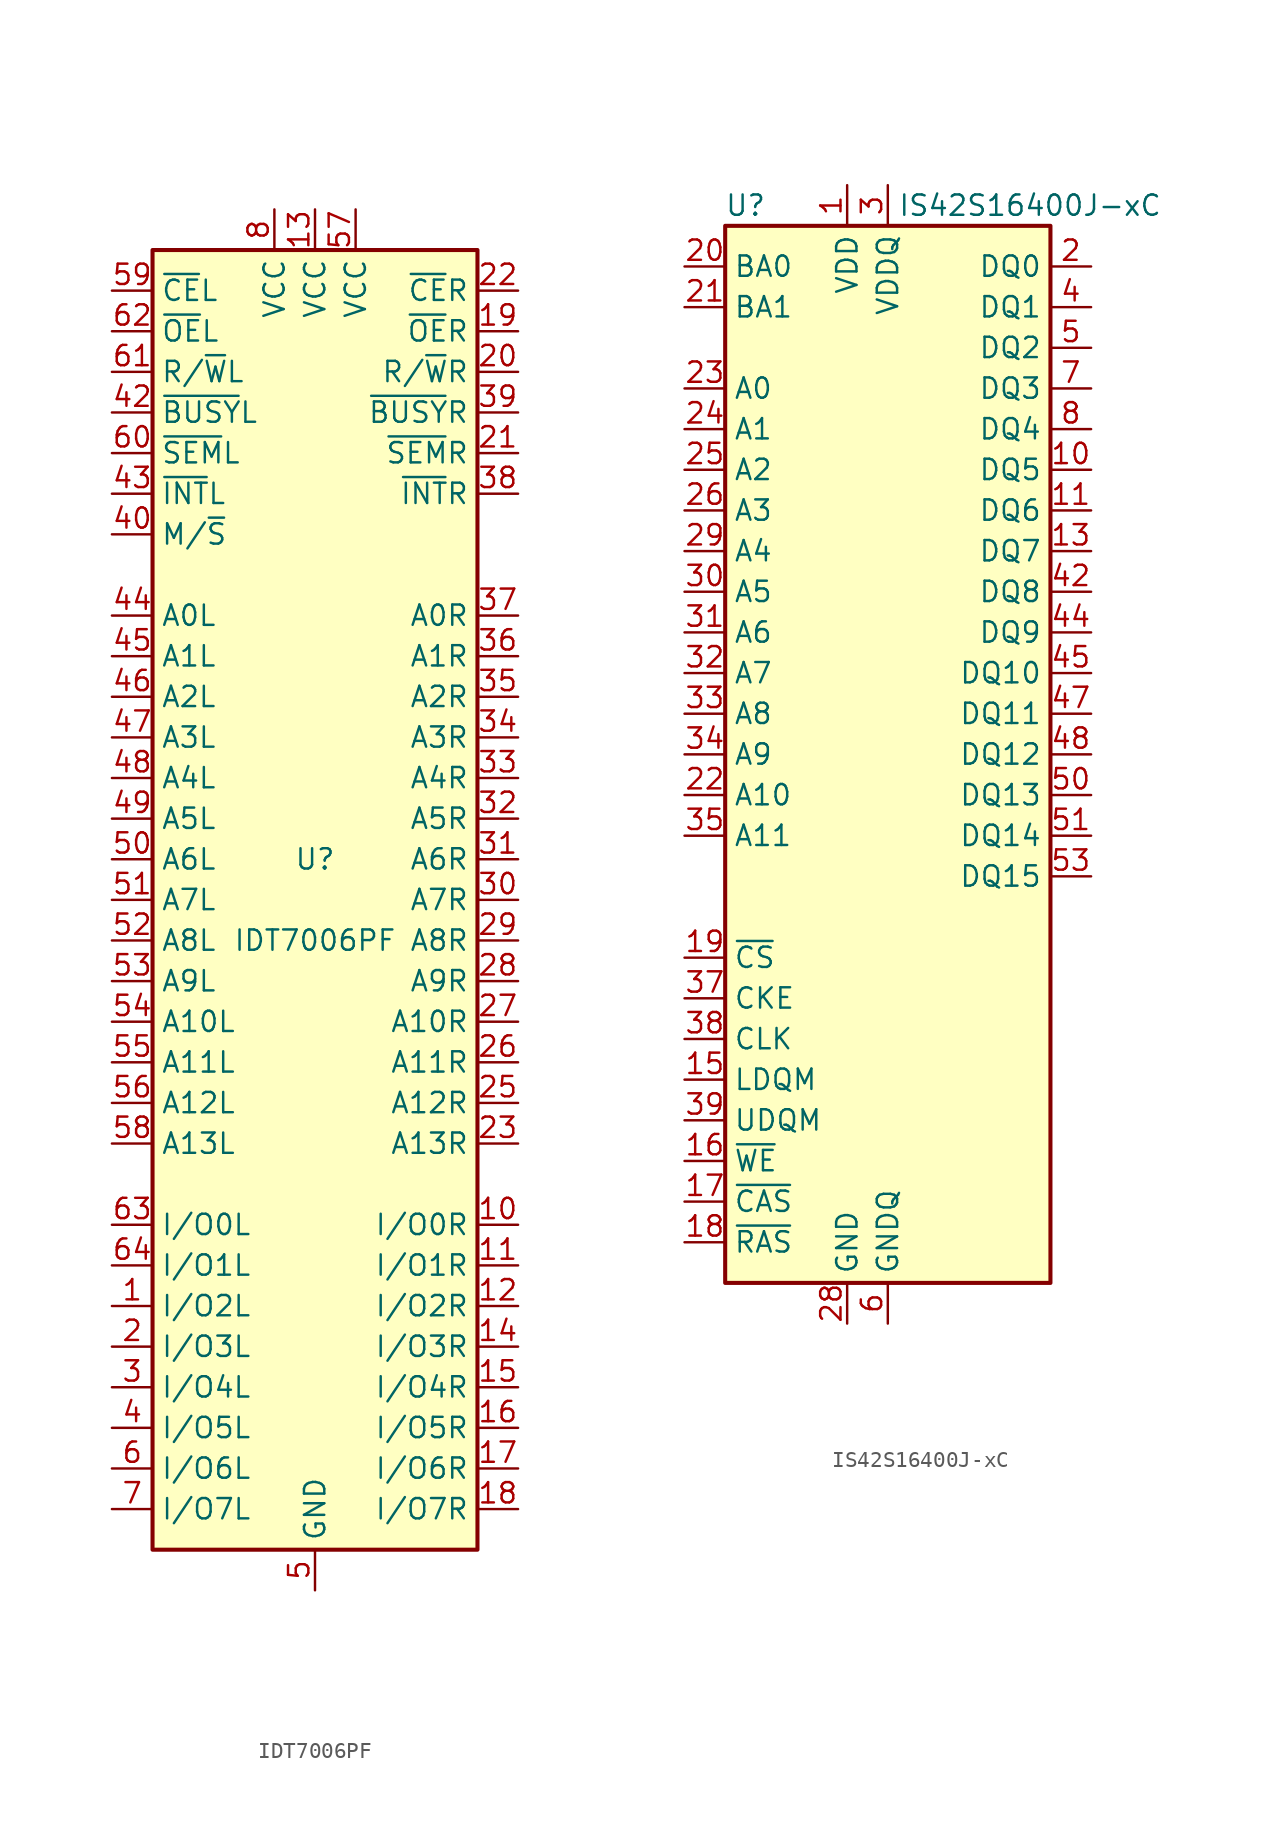
<source format=kicad_sym>
(kicad_symbol_lib
  (version 20231120)
  (generator "kicad_symbol_editor")
  (generator_version "8.0")
  (symbol "IDT7006PF"
    (property "Reference" "U"
      (at 0 2.54 0)
      (effects (font (size 1.27 1.27))))
    (property "Value" "IDT7006PF"
      (at 0 -2.54 0)
      (effects (font (size 1.27 1.27))))
    (symbol "IDT7006PF_0_1"
      (rectangle (start -10.16 -40.64) (end 10.16 40.64) (stroke (width 0.254) (type default)) (fill (type background))))
    (symbol "IDT7006PF_1_1"
      (pin bidirectional line (at -12.7 -25.4 0) (length 2.54) (name "I/O2L" (effects (font (size 1.27 1.27)))) (number "1" (effects (font (size 1.27 1.27)))))
      (pin bidirectional line (at 12.7 -20.32 180) (length 2.54) (name "I/O0R" (effects (font (size 1.27 1.27)))) (number "10" (effects (font (size 1.27 1.27)))))
      (pin bidirectional line (at 12.7 -22.86 180) (length 2.54) (name "I/O1R" (effects (font (size 1.27 1.27)))) (number "11" (effects (font (size 1.27 1.27)))))
      (pin bidirectional line (at 12.7 -25.4 180) (length 2.54) (name "I/O2R" (effects (font (size 1.27 1.27)))) (number "12" (effects (font (size 1.27 1.27)))))
      (pin power_in line (at 0 43.18 270) (length 2.54) (name "VCC" (effects (font (size 1.27 1.27)))) (number "13" (effects (font (size 1.27 1.27)))))
      (pin bidirectional line (at 12.7 -27.94 180) (length 2.54) (name "I/O3R" (effects (font (size 1.27 1.27)))) (number "14" (effects (font (size 1.27 1.27)))))
      (pin bidirectional line (at 12.7 -30.48 180) (length 2.54) (name "I/O4R" (effects (font (size 1.27 1.27)))) (number "15" (effects (font (size 1.27 1.27)))))
      (pin bidirectional line (at 12.7 -33.02 180) (length 2.54) (name "I/O5R" (effects (font (size 1.27 1.27)))) (number "16" (effects (font (size 1.27 1.27)))))
      (pin bidirectional line (at 12.7 -35.56 180) (length 2.54) (name "I/O6R" (effects (font (size 1.27 1.27)))) (number "17" (effects (font (size 1.27 1.27)))))
      (pin bidirectional line (at 12.7 -38.1 180) (length 2.54) (name "I/O7R" (effects (font (size 1.27 1.27)))) (number "18" (effects (font (size 1.27 1.27)))))
      (pin input line (at 12.7 35.56 180) (length 2.54) (name "~{OE}R" (effects (font (size 1.27 1.27)))) (number "19" (effects (font (size 1.27 1.27)))))
      (pin bidirectional line (at -12.7 -27.94 0) (length 2.54) (name "I/O3L" (effects (font (size 1.27 1.27)))) (number "2" (effects (font (size 1.27 1.27)))))
      (pin input line (at 12.7 33.02 180) (length 2.54) (name "R/~{W}R" (effects (font (size 1.27 1.27)))) (number "20" (effects (font (size 1.27 1.27)))))
      (pin input line (at 12.7 27.94 180) (length 2.54) (name "~{SEM}R" (effects (font (size 1.27 1.27)))) (number "21" (effects (font (size 1.27 1.27)))))
      (pin input line (at 12.7 38.1 180) (length 2.54) (name "~{CE}R" (effects (font (size 1.27 1.27)))) (number "22" (effects (font (size 1.27 1.27)))))
      (pin input line (at 12.7 -15.24 180) (length 2.54) (name "A13R" (effects (font (size 1.27 1.27)))) (number "23" (effects (font (size 1.27 1.27)))))
      (pin passive line (at 0 -43.18 90) (length 2.54) hide (name "GND" (effects (font (size 1.27 1.27)))) (number "24" (effects (font (size 1.27 1.27)))))
      (pin input line (at 12.7 -12.7 180) (length 2.54) (name "A12R" (effects (font (size 1.27 1.27)))) (number "25" (effects (font (size 1.27 1.27)))))
      (pin input line (at 12.7 -10.16 180) (length 2.54) (name "A11R" (effects (font (size 1.27 1.27)))) (number "26" (effects (font (size 1.27 1.27)))))
      (pin input line (at 12.7 -7.62 180) (length 2.54) (name "A10R" (effects (font (size 1.27 1.27)))) (number "27" (effects (font (size 1.27 1.27)))))
      (pin input line (at 12.7 -5.08 180) (length 2.54) (name "A9R" (effects (font (size 1.27 1.27)))) (number "28" (effects (font (size 1.27 1.27)))))
      (pin input line (at 12.7 -2.54 180) (length 2.54) (name "A8R" (effects (font (size 1.27 1.27)))) (number "29" (effects (font (size 1.27 1.27)))))
      (pin bidirectional line (at -12.7 -30.48 0) (length 2.54) (name "I/O4L" (effects (font (size 1.27 1.27)))) (number "3" (effects (font (size 1.27 1.27)))))
      (pin input line (at 12.7 0 180) (length 2.54) (name "A7R" (effects (font (size 1.27 1.27)))) (number "30" (effects (font (size 1.27 1.27)))))
      (pin input line (at 12.7 2.54 180) (length 2.54) (name "A6R" (effects (font (size 1.27 1.27)))) (number "31" (effects (font (size 1.27 1.27)))))
      (pin input line (at 12.7 5.08 180) (length 2.54) (name "A5R" (effects (font (size 1.27 1.27)))) (number "32" (effects (font (size 1.27 1.27)))))
      (pin input line (at 12.7 7.62 180) (length 2.54) (name "A4R" (effects (font (size 1.27 1.27)))) (number "33" (effects (font (size 1.27 1.27)))))
      (pin input line (at 12.7 10.16 180) (length 2.54) (name "A3R" (effects (font (size 1.27 1.27)))) (number "34" (effects (font (size 1.27 1.27)))))
      (pin input line (at 12.7 12.7 180) (length 2.54) (name "A2R" (effects (font (size 1.27 1.27)))) (number "35" (effects (font (size 1.27 1.27)))))
      (pin input line (at 12.7 15.24 180) (length 2.54) (name "A1R" (effects (font (size 1.27 1.27)))) (number "36" (effects (font (size 1.27 1.27)))))
      (pin input line (at 12.7 17.78 180) (length 2.54) (name "A0R" (effects (font (size 1.27 1.27)))) (number "37" (effects (font (size 1.27 1.27)))))
      (pin output line (at 12.7 25.4 180) (length 2.54) (name "~{INT}R" (effects (font (size 1.27 1.27)))) (number "38" (effects (font (size 1.27 1.27)))))
      (pin output line (at 12.7 30.48 180) (length 2.54) (name "~{BUSY}R" (effects (font (size 1.27 1.27)))) (number "39" (effects (font (size 1.27 1.27)))))
      (pin bidirectional line (at -12.7 -33.02 0) (length 2.54) (name "I/O5L" (effects (font (size 1.27 1.27)))) (number "4" (effects (font (size 1.27 1.27)))))
      (pin input line (at -12.7 22.86 0) (length 2.54) (name "M/~{S}" (effects (font (size 1.27 1.27)))) (number "40" (effects (font (size 1.27 1.27)))))
      (pin passive line (at 0 -43.18 90) (length 2.54) hide (name "GND" (effects (font (size 1.27 1.27)))) (number "41" (effects (font (size 1.27 1.27)))))
      (pin output line (at -12.7 30.48 0) (length 2.54) (name "~{BUSY}L" (effects (font (size 1.27 1.27)))) (number "42" (effects (font (size 1.27 1.27)))))
      (pin output line (at -12.7 25.4 0) (length 2.54) (name "~{INT}L" (effects (font (size 1.27 1.27)))) (number "43" (effects (font (size 1.27 1.27)))))
      (pin input line (at -12.7 17.78 0) (length 2.54) (name "A0L" (effects (font (size 1.27 1.27)))) (number "44" (effects (font (size 1.27 1.27)))))
      (pin input line (at -12.7 15.24 0) (length 2.54) (name "A1L" (effects (font (size 1.27 1.27)))) (number "45" (effects (font (size 1.27 1.27)))))
      (pin input line (at -12.7 12.7 0) (length 2.54) (name "A2L" (effects (font (size 1.27 1.27)))) (number "46" (effects (font (size 1.27 1.27)))))
      (pin input line (at -12.7 10.16 0) (length 2.54) (name "A3L" (effects (font (size 1.27 1.27)))) (number "47" (effects (font (size 1.27 1.27)))))
      (pin input line (at -12.7 7.62 0) (length 2.54) (name "A4L" (effects (font (size 1.27 1.27)))) (number "48" (effects (font (size 1.27 1.27)))))
      (pin input line (at -12.7 5.08 0) (length 2.54) (name "A5L" (effects (font (size 1.27 1.27)))) (number "49" (effects (font (size 1.27 1.27)))))
      (pin power_in line (at 0 -43.18 90) (length 2.54) (name "GND" (effects (font (size 1.27 1.27)))) (number "5" (effects (font (size 1.27 1.27)))))
      (pin input line (at -12.7 2.54 0) (length 2.54) (name "A6L" (effects (font (size 1.27 1.27)))) (number "50" (effects (font (size 1.27 1.27)))))
      (pin input line (at -12.7 0 0) (length 2.54) (name "A7L" (effects (font (size 1.27 1.27)))) (number "51" (effects (font (size 1.27 1.27)))))
      (pin input line (at -12.7 -2.54 0) (length 2.54) (name "A8L" (effects (font (size 1.27 1.27)))) (number "52" (effects (font (size 1.27 1.27)))))
      (pin input line (at -12.7 -5.08 0) (length 2.54) (name "A9L" (effects (font (size 1.27 1.27)))) (number "53" (effects (font (size 1.27 1.27)))))
      (pin input line (at -12.7 -7.62 0) (length 2.54) (name "A10L" (effects (font (size 1.27 1.27)))) (number "54" (effects (font (size 1.27 1.27)))))
      (pin input line (at -12.7 -10.16 0) (length 2.54) (name "A11L" (effects (font (size 1.27 1.27)))) (number "55" (effects (font (size 1.27 1.27)))))
      (pin input line (at -12.7 -12.7 0) (length 2.54) (name "A12L" (effects (font (size 1.27 1.27)))) (number "56" (effects (font (size 1.27 1.27)))))
      (pin power_in line (at 2.54 43.18 270) (length 2.54) (name "VCC" (effects (font (size 1.27 1.27)))) (number "57" (effects (font (size 1.27 1.27)))))
      (pin input line (at -12.7 -15.24 0) (length 2.54) (name "A13L" (effects (font (size 1.27 1.27)))) (number "58" (effects (font (size 1.27 1.27)))))
      (pin input line (at -12.7 38.1 0) (length 2.54) (name "~{CE}L" (effects (font (size 1.27 1.27)))) (number "59" (effects (font (size 1.27 1.27)))))
      (pin bidirectional line (at -12.7 -35.56 0) (length 2.54) (name "I/O6L" (effects (font (size 1.27 1.27)))) (number "6" (effects (font (size 1.27 1.27)))))
      (pin input line (at -12.7 27.94 0) (length 2.54) (name "~{SEM}L" (effects (font (size 1.27 1.27)))) (number "60" (effects (font (size 1.27 1.27)))))
      (pin input line (at -12.7 33.02 0) (length 2.54) (name "R/~{W}L" (effects (font (size 1.27 1.27)))) (number "61" (effects (font (size 1.27 1.27)))))
      (pin input line (at -12.7 35.56 0) (length 2.54) (name "~{OE}L" (effects (font (size 1.27 1.27)))) (number "62" (effects (font (size 1.27 1.27)))))
      (pin bidirectional line (at -12.7 -20.32 0) (length 2.54) (name "I/O0L" (effects (font (size 1.27 1.27)))) (number "63" (effects (font (size 1.27 1.27)))))
      (pin bidirectional line (at -12.7 -22.86 0) (length 2.54) (name "I/O1L" (effects (font (size 1.27 1.27)))) (number "64" (effects (font (size 1.27 1.27)))))
      (pin bidirectional line (at -12.7 -38.1 0) (length 2.54) (name "I/O7L" (effects (font (size 1.27 1.27)))) (number "7" (effects (font (size 1.27 1.27)))))
      (pin power_in line (at -2.54 43.18 270) (length 2.54) (name "VCC" (effects (font (size 1.27 1.27)))) (number "8" (effects (font (size 1.27 1.27)))))
      (pin passive line (at 0 -43.18 90) (length 2.54) hide (name "GND" (effects (font (size 1.27 1.27)))) (number "9" (effects (font (size 1.27 1.27)))))))
  (symbol "IS42S16400J-xC"
    (property "Reference" "U"
      (at -8.89 34.29 0)
      (effects (font (size 1.27 1.27))))
    (property "Value" "IS42S16400J-xC"
      (at 8.89 34.29 0)
      (effects (font (size 1.27 1.27))))
    (symbol "IS42S16400J-xC_1_1"
      (rectangle (start -10.16 33.02) (end 10.16 -33.02) (stroke (width 0.254) (type default)) (fill (type background)))
      (pin power_in line (at -2.54 35.56 270) (length 2.54) (name "VDD" (effects (font (size 1.27 1.27)))) (number "1" (effects (font (size 1.27 1.27)))))
      (pin bidirectional line (at 12.7 17.78 180) (length 2.54) (name "DQ5" (effects (font (size 1.27 1.27)))) (number "10" (effects (font (size 1.27 1.27)))))
      (pin bidirectional line (at 12.7 15.24 180) (length 2.54) (name "DQ6" (effects (font (size 1.27 1.27)))) (number "11" (effects (font (size 1.27 1.27)))))
      (pin passive line (at 0 -35.56 90) (length 2.54) hide (name "GNDQ" (effects (font (size 1.27 1.27)))) (number "12" (effects (font (size 1.27 1.27)))))
      (pin bidirectional line (at 12.7 12.7 180) (length 2.54) (name "DQ7" (effects (font (size 1.27 1.27)))) (number "13" (effects (font (size 1.27 1.27)))))
      (pin passive line (at -2.54 35.56 270) (length 2.54) hide (name "VDD" (effects (font (size 1.27 1.27)))) (number "14" (effects (font (size 1.27 1.27)))))
      (pin input line (at -12.7 -20.32 0) (length 2.54) (name "LDQM" (effects (font (size 1.27 1.27)))) (number "15" (effects (font (size 1.27 1.27)))))
      (pin input line (at -12.7 -25.4 0) (length 2.54) (name "~{WE}" (effects (font (size 1.27 1.27)))) (number "16" (effects (font (size 1.27 1.27)))))
      (pin input line (at -12.7 -27.94 0) (length 2.54) (name "~{CAS}" (effects (font (size 1.27 1.27)))) (number "17" (effects (font (size 1.27 1.27)))))
      (pin input line (at -12.7 -30.48 0) (length 2.54) (name "~{RAS}" (effects (font (size 1.27 1.27)))) (number "18" (effects (font (size 1.27 1.27)))))
      (pin input line (at -12.7 -12.7 0) (length 2.54) (name "~{CS}" (effects (font (size 1.27 1.27)))) (number "19" (effects (font (size 1.27 1.27)))))
      (pin bidirectional line (at 12.7 30.48 180) (length 2.54) (name "DQ0" (effects (font (size 1.27 1.27)))) (number "2" (effects (font (size 1.27 1.27)))))
      (pin input line (at -12.7 30.48 0) (length 2.54) (name "BA0" (effects (font (size 1.27 1.27)))) (number "20" (effects (font (size 1.27 1.27)))))
      (pin input line (at -12.7 27.94 0) (length 2.54) (name "BA1" (effects (font (size 1.27 1.27)))) (number "21" (effects (font (size 1.27 1.27)))))
      (pin input line (at -12.7 -2.54 0) (length 2.54) (name "A10" (effects (font (size 1.27 1.27)))) (number "22" (effects (font (size 1.27 1.27)))))
      (pin input line (at -12.7 22.86 0) (length 2.54) (name "A0" (effects (font (size 1.27 1.27)))) (number "23" (effects (font (size 1.27 1.27)))))
      (pin input line (at -12.7 20.32 0) (length 2.54) (name "A1" (effects (font (size 1.27 1.27)))) (number "24" (effects (font (size 1.27 1.27)))))
      (pin input line (at -12.7 17.78 0) (length 2.54) (name "A2" (effects (font (size 1.27 1.27)))) (number "25" (effects (font (size 1.27 1.27)))))
      (pin input line (at -12.7 15.24 0) (length 2.54) (name "A3" (effects (font (size 1.27 1.27)))) (number "26" (effects (font (size 1.27 1.27)))))
      (pin passive line (at -2.54 35.56 270) (length 2.54) hide (name "VDD" (effects (font (size 1.27 1.27)))) (number "27" (effects (font (size 1.27 1.27)))))
      (pin power_in line (at -2.54 -35.56 90) (length 2.54) (name "GND" (effects (font (size 1.27 1.27)))) (number "28" (effects (font (size 1.27 1.27)))))
      (pin input line (at -12.7 12.7 0) (length 2.54) (name "A4" (effects (font (size 1.27 1.27)))) (number "29" (effects (font (size 1.27 1.27)))))
      (pin power_in line (at 0 35.56 270) (length 2.54) (name "VDDQ" (effects (font (size 1.27 1.27)))) (number "3" (effects (font (size 1.27 1.27)))))
      (pin input line (at -12.7 10.16 0) (length 2.54) (name "A5" (effects (font (size 1.27 1.27)))) (number "30" (effects (font (size 1.27 1.27)))))
      (pin input line (at -12.7 7.62 0) (length 2.54) (name "A6" (effects (font (size 1.27 1.27)))) (number "31" (effects (font (size 1.27 1.27)))))
      (pin input line (at -12.7 5.08 0) (length 2.54) (name "A7" (effects (font (size 1.27 1.27)))) (number "32" (effects (font (size 1.27 1.27)))))
      (pin input line (at -12.7 2.54 0) (length 2.54) (name "A8" (effects (font (size 1.27 1.27)))) (number "33" (effects (font (size 1.27 1.27)))))
      (pin input line (at -12.7 0 0) (length 2.54) (name "A9" (effects (font (size 1.27 1.27)))) (number "34" (effects (font (size 1.27 1.27)))))
      (pin input line (at -12.7 -5.08 0) (length 2.54) (name "A11" (effects (font (size 1.27 1.27)))) (number "35" (effects (font (size 1.27 1.27)))))
      (pin no_connect line (at 10.16 -17.78 180) (length 2.54) hide (name "NC" (effects (font (size 1.27 1.27)))) (number "36" (effects (font (size 1.27 1.27)))))
      (pin input line (at -12.7 -15.24 0) (length 2.54) (name "CKE" (effects (font (size 1.27 1.27)))) (number "37" (effects (font (size 1.27 1.27)))))
      (pin input line (at -12.7 -17.78 0) (length 2.54) (name "CLK" (effects (font (size 1.27 1.27)))) (number "38" (effects (font (size 1.27 1.27)))))
      (pin input line (at -12.7 -22.86 0) (length 2.54) (name "UDQM" (effects (font (size 1.27 1.27)))) (number "39" (effects (font (size 1.27 1.27)))))
      (pin bidirectional line (at 12.7 27.94 180) (length 2.54) (name "DQ1" (effects (font (size 1.27 1.27)))) (number "4" (effects (font (size 1.27 1.27)))))
      (pin no_connect line (at 10.16 -20.32 180) (length 2.54) hide (name "NC" (effects (font (size 1.27 1.27)))) (number "40" (effects (font (size 1.27 1.27)))))
      (pin passive line (at -2.54 -35.56 90) (length 2.54) hide (name "GND" (effects (font (size 1.27 1.27)))) (number "41" (effects (font (size 1.27 1.27)))))
      (pin bidirectional line (at 12.7 10.16 180) (length 2.54) (name "DQ8" (effects (font (size 1.27 1.27)))) (number "42" (effects (font (size 1.27 1.27)))))
      (pin passive line (at 0 35.56 270) (length 2.54) hide (name "VDDQ" (effects (font (size 1.27 1.27)))) (number "43" (effects (font (size 1.27 1.27)))))
      (pin bidirectional line (at 12.7 7.62 180) (length 2.54) (name "DQ9" (effects (font (size 1.27 1.27)))) (number "44" (effects (font (size 1.27 1.27)))))
      (pin bidirectional line (at 12.7 5.08 180) (length 2.54) (name "DQ10" (effects (font (size 1.27 1.27)))) (number "45" (effects (font (size 1.27 1.27)))))
      (pin passive line (at 0 -35.56 90) (length 2.54) hide (name "GNDQ" (effects (font (size 1.27 1.27)))) (number "46" (effects (font (size 1.27 1.27)))))
      (pin bidirectional line (at 12.7 2.54 180) (length 2.54) (name "DQ11" (effects (font (size 1.27 1.27)))) (number "47" (effects (font (size 1.27 1.27)))))
      (pin bidirectional line (at 12.7 0 180) (length 2.54) (name "DQ12" (effects (font (size 1.27 1.27)))) (number "48" (effects (font (size 1.27 1.27)))))
      (pin passive line (at 0 35.56 270) (length 2.54) hide (name "VDDQ" (effects (font (size 1.27 1.27)))) (number "49" (effects (font (size 1.27 1.27)))))
      (pin bidirectional line (at 12.7 25.4 180) (length 2.54) (name "DQ2" (effects (font (size 1.27 1.27)))) (number "5" (effects (font (size 1.27 1.27)))))
      (pin bidirectional line (at 12.7 -2.54 180) (length 2.54) (name "DQ13" (effects (font (size 1.27 1.27)))) (number "50" (effects (font (size 1.27 1.27)))))
      (pin bidirectional line (at 12.7 -5.08 180) (length 2.54) (name "DQ14" (effects (font (size 1.27 1.27)))) (number "51" (effects (font (size 1.27 1.27)))))
      (pin passive line (at 0 -35.56 90) (length 2.54) hide (name "GNDQ" (effects (font (size 1.27 1.27)))) (number "52" (effects (font (size 1.27 1.27)))))
      (pin bidirectional line (at 12.7 -7.62 180) (length 2.54) (name "DQ15" (effects (font (size 1.27 1.27)))) (number "53" (effects (font (size 1.27 1.27)))))
      (pin passive line (at -2.54 -35.56 90) (length 2.54) hide (name "GND" (effects (font (size 1.27 1.27)))) (number "54" (effects (font (size 1.27 1.27)))))
      (pin power_in line (at 0 -35.56 90) (length 2.54) (name "GNDQ" (effects (font (size 1.27 1.27)))) (number "6" (effects (font (size 1.27 1.27)))))
      (pin bidirectional line (at 12.7 22.86 180) (length 2.54) (name "DQ3" (effects (font (size 1.27 1.27)))) (number "7" (effects (font (size 1.27 1.27)))))
      (pin bidirectional line (at 12.7 20.32 180) (length 2.54) (name "DQ4" (effects (font (size 1.27 1.27)))) (number "8" (effects (font (size 1.27 1.27)))))
      (pin passive line (at 0 35.56 270) (length 2.54) hide (name "VDDQ" (effects (font (size 1.27 1.27)))) (number "9" (effects (font (size 1.27 1.27))))))))
</source>
